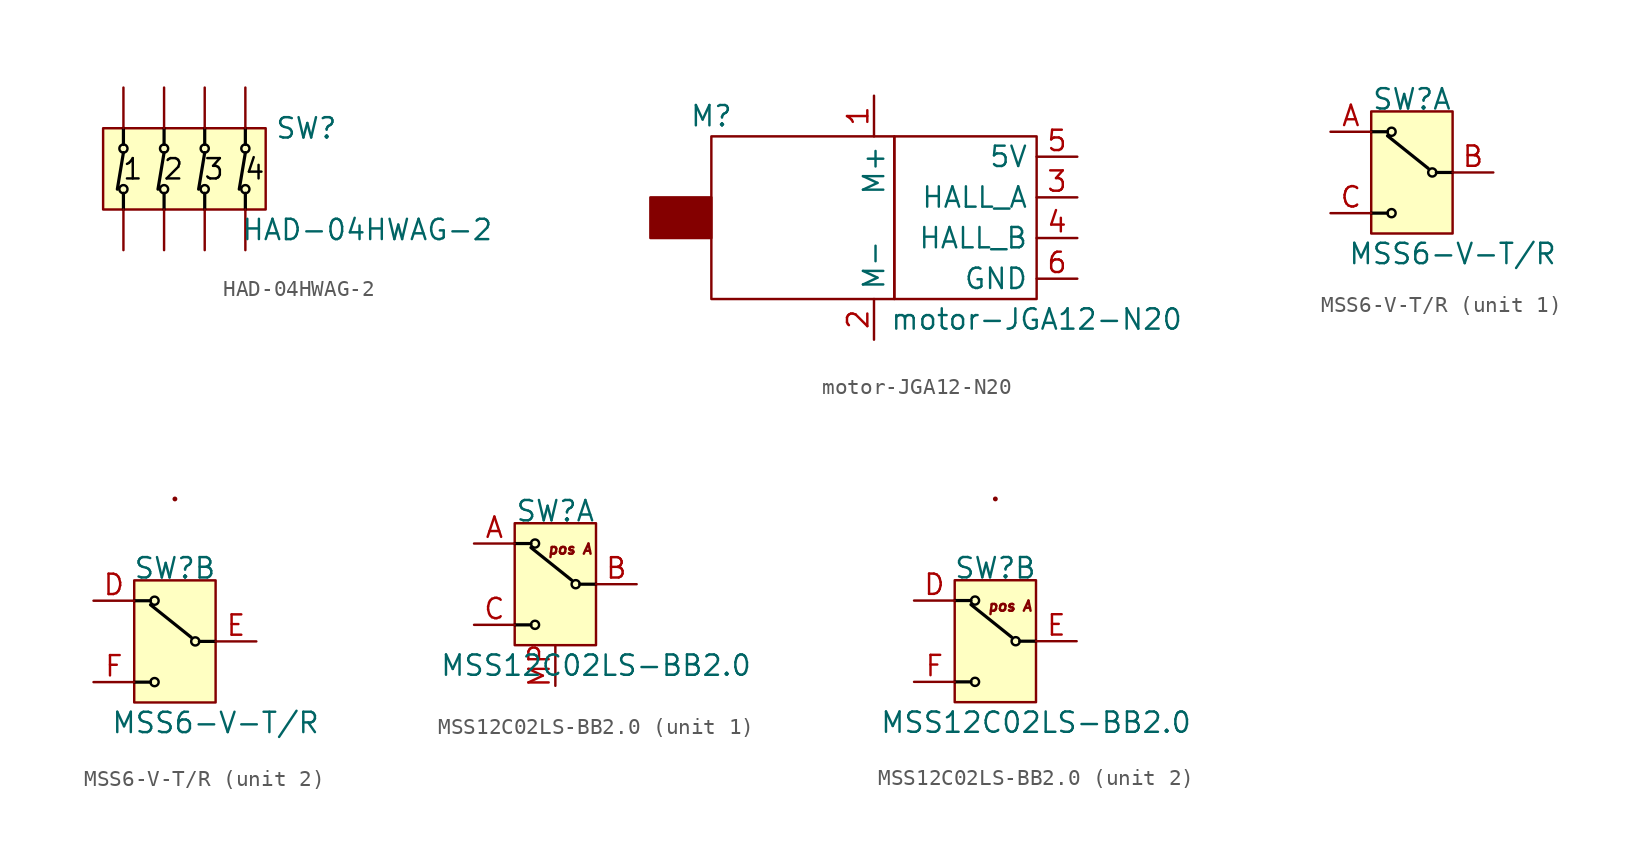
<source format=kicad_sym>
(kicad_symbol_lib
  (version 20231120)
  (generator "kicad_symbol_editor")
  (generator_version "8.0")
  (symbol "HAD-04HWAG-2"
    (pin_numbers hide)
    (pin_names
      (offset 0) hide)
    (property "Reference" "SW"
      (at 8.89 2.54 0)
      (effects (font (size 1.27 1.27))))
    (property "Value" "HAD-04HWAG-2"
      (at 12.7 -3.81 0)
      (effects (font (size 1.27 1.27))))
    (symbol "HAD-04HWAG-2_1_1"
      (rectangle (start -3.81 2.54) (end 6.35 -2.54) (stroke (width 0) (type default)) (fill (type background)))
      (circle (center -2.54 -1.27) (radius 0.254) (stroke (width 0) (type default) (color 0 0 0 1)) (fill (type none)))
      (circle (center -2.54 1.27) (radius 0.254) (stroke (width 0) (type default) (color 0 0 0 1)) (fill (type none)))
      (circle (center 0 -1.27) (radius 0.254) (stroke (width 0) (type default) (color 0 0 0 1)) (fill (type none)))
      (polyline (pts (xy -2.54 -2.54) (xy -2.54 -1.524)) (stroke (width 0.2) (type default) (color 0 0 0 1)) (fill (type none)))
      (polyline (pts (xy -2.54 1.016) (xy -2.921 -1.27)) (stroke (width 0.2) (type default) (color 0 0 0 1)) (fill (type none)))
      (polyline (pts (xy -2.54 1.524) (xy -2.54 2.54)) (stroke (width 0.2) (type default) (color 0 0 0 1)) (fill (type none)))
      (polyline (pts (xy 0 -2.54) (xy 0 -1.524)) (stroke (width 0.2) (type default) (color 0 0 0 1)) (fill (type none)))
      (polyline (pts (xy 0 1.016) (xy -0.381 -1.27)) (stroke (width 0.2) (type default) (color 0 0 0 1)) (fill (type none)))
      (polyline (pts (xy 0 1.524) (xy 0 2.54)) (stroke (width 0.2) (type default) (color 0 0 0 1)) (fill (type none)))
      (polyline (pts (xy 2.54 -2.54) (xy 2.54 -1.524)) (stroke (width 0.2) (type default) (color 0 0 0 1)) (fill (type none)))
      (polyline (pts (xy 2.54 1.016) (xy 2.159 -1.27)) (stroke (width 0.2) (type default) (color 0 0 0 1)) (fill (type none)))
      (polyline (pts (xy 2.54 1.524) (xy 2.54 2.54)) (stroke (width 0.2) (type default) (color 0 0 0 1)) (fill (type none)))
      (polyline (pts (xy 5.08 -2.54) (xy 5.08 -1.524)) (stroke (width 0.2) (type default) (color 0 0 0 1)) (fill (type none)))
      (polyline (pts (xy 5.08 1.016) (xy 4.699 -1.27)) (stroke (width 0.2) (type default) (color 0 0 0 1)) (fill (type none)))
      (polyline (pts (xy 5.08 1.524) (xy 5.08 2.54)) (stroke (width 0.2) (type default) (color 0 0 0 1)) (fill (type none)))
      (circle (center 0 1.27) (radius 0.254) (stroke (width 0) (type default) (color 0 0 0 1)) (fill (type none)))
      (circle (center 2.54 -1.27) (radius 0.254) (stroke (width 0) (type default) (color 0 0 0 1)) (fill (type none)))
      (circle (center 2.54 1.27) (radius 0.254) (stroke (width 0) (type default) (color 0 0 0 1)) (fill (type none)))
      (circle (center 5.08 -1.27) (radius 0.254) (stroke (width 0) (type default) (color 0 0 0 1)) (fill (type none)))
      (circle (center 5.08 1.27) (radius 0.254) (stroke (width 0) (type default) (color 0 0 0 1)) (fill (type none)))
      (text "1" (at -1.957 -0.018 0) (effects (font (size 1.27 1.27) (color 0 0 0 1))))
      (text "2" (at 0.583 -0.018 0) (effects (font (size 1.27 1.27) (color 0 0 0 1))))
      (text "3" (at 3.123 -0.018 0) (effects (font (size 1.27 1.27) (color 0 0 0 1))))
      (text "4" (at 5.663 -0.018 0) (effects (font (size 1.27 1.27) (color 0 0 0 1))))
      (pin passive line (at -2.54 -5.08 90) (length 2.54) (name "1" (effects (font (size 1.27 1.27)))) (number "1" (effects (font (size 1.27 1.27)))))
      (pin passive line (at 0 -5.08 90) (length 2.54) (name "2" (effects (font (size 1.27 1.27)))) (number "2" (effects (font (size 1.27 1.27)))))
      (pin passive line (at 2.54 -5.08 90) (length 2.54) (name "3" (effects (font (size 1.27 1.27)))) (number "3" (effects (font (size 1.27 1.27)))))
      (pin passive line (at 5.08 -5.08 90) (length 2.54) (name "4" (effects (font (size 1.27 1.27)))) (number "4" (effects (font (size 1.27 1.27)))))
      (pin passive line (at 5.08 5.08 270) (length 2.54) (name "5" (effects (font (size 1.27 1.27)))) (number "5" (effects (font (size 1.27 1.27)))))
      (pin passive line (at 2.54 5.08 270) (length 2.54) (name "6" (effects (font (size 1.27 1.27)))) (number "6" (effects (font (size 1.27 1.27)))))
      (pin passive line (at 0 5.08 270) (length 2.54) (name "7" (effects (font (size 1.27 1.27)))) (number "7" (effects (font (size 1.27 1.27)))))
      (pin passive line (at -2.54 5.08 270) (length 2.54) (name "8" (effects (font (size 1.27 1.27)))) (number "8" (effects (font (size 1.27 1.27)))))))
  (symbol "motor-JGA12-N20"
    (property "Reference" "M"
      (at -10.16 6.35 0)
      (effects (font (size 1.27 1.27))))
    (property "Value" "motor-JGA12-N20"
      (at 10.16 -6.35 0)
      (effects (font (size 1.27 1.27))))
    (symbol "motor-JGA12-N20_0_1"
      (rectangle (start -10.16 5.08) (end 1.27 -5.08) (stroke (width 0) (type default)) (fill (type none))))
    (symbol "motor-JGA12-N20_1_1"
      (rectangle (start -13.97 1.27) (end -10.16 -1.27) (stroke (width 0) (type default)) (fill (type outline)))
      (rectangle (start 1.27 5.08) (end 10.16 -5.08) (stroke (width 0) (type default)) (fill (type none)))
      (pin passive line (at 0 7.62 270) (length 2.54) (name "M+" (effects (font (size 1.27 1.27)))) (number "1" (effects (font (size 1.27 1.27)))))
      (pin passive line (at 0 -7.62 90) (length 2.54) (name "M-" (effects (font (size 1.27 1.27)))) (number "2" (effects (font (size 1.27 1.27)))))
      (pin output line (at 12.7 1.27 180) (length 2.54) (name "HALL_A" (effects (font (size 1.27 1.27)))) (number "3" (effects (font (size 1.27 1.27)))))
      (pin output line (at 12.7 -1.27 180) (length 2.54) (name "HALL_B" (effects (font (size 1.27 1.27)))) (number "4" (effects (font (size 1.27 1.27)))))
      (pin output line (at 12.7 3.81 180) (length 2.54) (name "5V" (effects (font (size 1.27 1.27)))) (number "5" (effects (font (size 1.27 1.27)))))
      (pin output line (at 12.7 -3.81 180) (length 2.54) (name "GND" (effects (font (size 1.27 1.27)))) (number "6" (effects (font (size 1.27 1.27)))))))
  (symbol "MSS6-V-T/R"
    (pin_names hide)
    (property "Reference" "SW"
      (at 0 4.572 0)
      (effects (font (size 1.27 1.27))))
    (property "Value" "MSS6-V-T/R"
      (at 2.54 -5.08 0)
      (effects (font (size 1.27 1.27))))
    (symbol "MSS6-V-T/R_1_1"
      (rectangle (start -2.54 3.81) (end 2.54 -3.81) (stroke (width 0) (type default)) (fill (type background)))
      (circle (center -1.27 -2.54) (radius 0.254) (stroke (width 0) (type default) (color 0 0 0 1)) (fill (type none)))
      (circle (center -1.27 2.54) (radius 0.254) (stroke (width 0) (type default) (color 0 0 0 1)) (fill (type none)))
      (polyline (pts (xy -2.54 -2.54) (xy -1.524 -2.54)) (stroke (width 0.2) (type default) (color 0 0 0 1)) (fill (type none)))
      (polyline (pts (xy -2.54 2.54) (xy -1.524 2.54)) (stroke (width 0.2) (type default) (color 0 0 0 1)) (fill (type none)))
      (polyline (pts (xy 1.016 0.254) (xy -1.524 2.286)) (stroke (width 0.2) (type default) (color 0 0 0 1)) (fill (type none)))
      (polyline (pts (xy 1.524 0) (xy 2.54 0)) (stroke (width 0.2) (type default) (color 0 0 0 1)) (fill (type none)))
      (circle (center 1.27 0) (radius 0.254) (stroke (width 0) (type default) (color 0 0 0 1)) (fill (type none)))
      (pin passive line (at -5.08 2.54 0) (length 2.54) (name "" (effects (font (size 1.27 1.27)))) (number "A" (effects (font (size 1.27 1.27)))))
      (pin passive line (at 5.08 0 180) (length 2.54) (name "" (effects (font (size 1.27 1.27)))) (number "B" (effects (font (size 1.27 1.27)))))
      (pin passive line (at -5.08 -2.54 0) (length 2.54) (name "" (effects (font (size 1.27 1.27)))) (number "C" (effects (font (size 1.27 1.27))))))
    (symbol "MSS6-V-T/R_2_1"
      (rectangle (start -2.54 3.81) (end 2.54 -3.81) (stroke (width 0) (type default)) (fill (type background)))
      (circle (center -1.27 -2.54) (radius 0.254) (stroke (width 0) (type default) (color 0 0 0 1)) (fill (type none)))
      (circle (center -1.27 2.54) (radius 0.254) (stroke (width 0) (type default) (color 0 0 0 1)) (fill (type none)))
      (polyline (pts (xy -2.54 -2.54) (xy -1.524 -2.54)) (stroke (width 0.2) (type default) (color 0 0 0 1)) (fill (type none)))
      (polyline (pts (xy -2.54 2.54) (xy -1.524 2.54)) (stroke (width 0.2) (type default) (color 0 0 0 1)) (fill (type none)))
      (polyline (pts (xy 1.016 0.254) (xy -1.524 2.286)) (stroke (width 0.2) (type default) (color 0 0 0 1)) (fill (type none)))
      (polyline (pts (xy 1.524 0) (xy 2.54 0)) (stroke (width 0.2) (type default) (color 0 0 0 1)) (fill (type none)))
      (circle (center 0 8.89) (radius 0.0001) (stroke (width 0) (type default)) (fill (type none)))
      (circle (center 1.27 0) (radius 0.254) (stroke (width 0) (type default) (color 0 0 0 1)) (fill (type none)))
      (pin passive line (at -5.08 2.54 0) (length 2.54) (name "" (effects (font (size 1.27 1.27)))) (number "D" (effects (font (size 1.27 1.27)))))
      (pin passive line (at 5.08 0 180) (length 2.54) (name "" (effects (font (size 1.27 1.27)))) (number "E" (effects (font (size 1.27 1.27)))))
      (pin passive line (at -5.08 -2.54 0) (length 2.54) (name "" (effects (font (size 1.27 1.27)))) (number "F" (effects (font (size 1.27 1.27)))))))
  (symbol "MSS12C02LS-BB2.0"
    (pin_names hide)
    (property "Reference" "SW"
      (at 0 4.572 0)
      (effects (font (size 1.27 1.27))))
    (property "Value" "MSS12C02LS-BB2.0"
      (at 2.54 -5.08 0)
      (effects (font (size 1.27 1.27))))
    (symbol "MSS12C02LS-BB2.0_0_1"
      (text "pos A" (at 0.919 2.191 0) (effects (font (size 0.635 0.635) (italic yes)))))
    (symbol "MSS12C02LS-BB2.0_1_1"
      (rectangle (start -2.54 3.81) (end 2.54 -3.81) (stroke (width 0) (type default)) (fill (type background)))
      (circle (center -1.27 -2.54) (radius 0.254) (stroke (width 0) (type default) (color 0 0 0 1)) (fill (type none)))
      (circle (center -1.27 2.54) (radius 0.254) (stroke (width 0) (type default) (color 0 0 0 1)) (fill (type none)))
      (polyline (pts (xy -2.54 -2.54) (xy -1.524 -2.54)) (stroke (width 0.2) (type default) (color 0 0 0 1)) (fill (type none)))
      (polyline (pts (xy -2.54 2.54) (xy -1.524 2.54)) (stroke (width 0.2) (type default) (color 0 0 0 1)) (fill (type none)))
      (polyline (pts (xy 1.016 0.254) (xy -1.524 2.286)) (stroke (width 0.2) (type default) (color 0 0 0 1)) (fill (type none)))
      (polyline (pts (xy 1.524 0) (xy 2.54 0)) (stroke (width 0.2) (type default) (color 0 0 0 1)) (fill (type none)))
      (circle (center 1.27 0) (radius 0.254) (stroke (width 0) (type default) (color 0 0 0 1)) (fill (type none)))
      (pin passive line (at -5.08 2.54 0) (length 2.54) (name "" (effects (font (size 1.27 1.27)))) (number "A" (effects (font (size 1.27 1.27)))))
      (pin passive line (at 5.08 0 180) (length 2.54) (name "" (effects (font (size 1.27 1.27)))) (number "B" (effects (font (size 1.27 1.27)))))
      (pin passive line (at -5.08 -2.54 0) (length 2.54) (name "" (effects (font (size 1.27 1.27)))) (number "C" (effects (font (size 1.27 1.27)))))
      (pin passive line (at 0 -6.35 90) (length 2.54) (name "" (effects (font (size 1.27 1.27)))) (number "MP" (effects (font (size 1.27 1.27))))))
    (symbol "MSS12C02LS-BB2.0_2_1"
      (rectangle (start -2.54 3.81) (end 2.54 -3.81) (stroke (width 0) (type default)) (fill (type background)))
      (circle (center -1.27 -2.54) (radius 0.254) (stroke (width 0) (type default) (color 0 0 0 1)) (fill (type none)))
      (circle (center -1.27 2.54) (radius 0.254) (stroke (width 0) (type default) (color 0 0 0 1)) (fill (type none)))
      (polyline (pts (xy -2.54 -2.54) (xy -1.524 -2.54)) (stroke (width 0.2) (type default) (color 0 0 0 1)) (fill (type none)))
      (polyline (pts (xy -2.54 2.54) (xy -1.524 2.54)) (stroke (width 0.2) (type default) (color 0 0 0 1)) (fill (type none)))
      (polyline (pts (xy 1.016 0.254) (xy -1.524 2.286)) (stroke (width 0.2) (type default) (color 0 0 0 1)) (fill (type none)))
      (polyline (pts (xy 1.524 0) (xy 2.54 0)) (stroke (width 0.2) (type default) (color 0 0 0 1)) (fill (type none)))
      (circle (center 0 8.89) (radius 0.0001) (stroke (width 0) (type default)) (fill (type none)))
      (circle (center 1.27 0) (radius 0.254) (stroke (width 0) (type default) (color 0 0 0 1)) (fill (type none)))
      (pin passive line (at -5.08 2.54 0) (length 2.54) (name "" (effects (font (size 1.27 1.27)))) (number "D" (effects (font (size 1.27 1.27)))))
      (pin passive line (at 5.08 0 180) (length 2.54) (name "" (effects (font (size 1.27 1.27)))) (number "E" (effects (font (size 1.27 1.27)))))
      (pin passive line (at -5.08 -2.54 0) (length 2.54) (name "" (effects (font (size 1.27 1.27)))) (number "F" (effects (font (size 1.27 1.27))))))))
</source>
